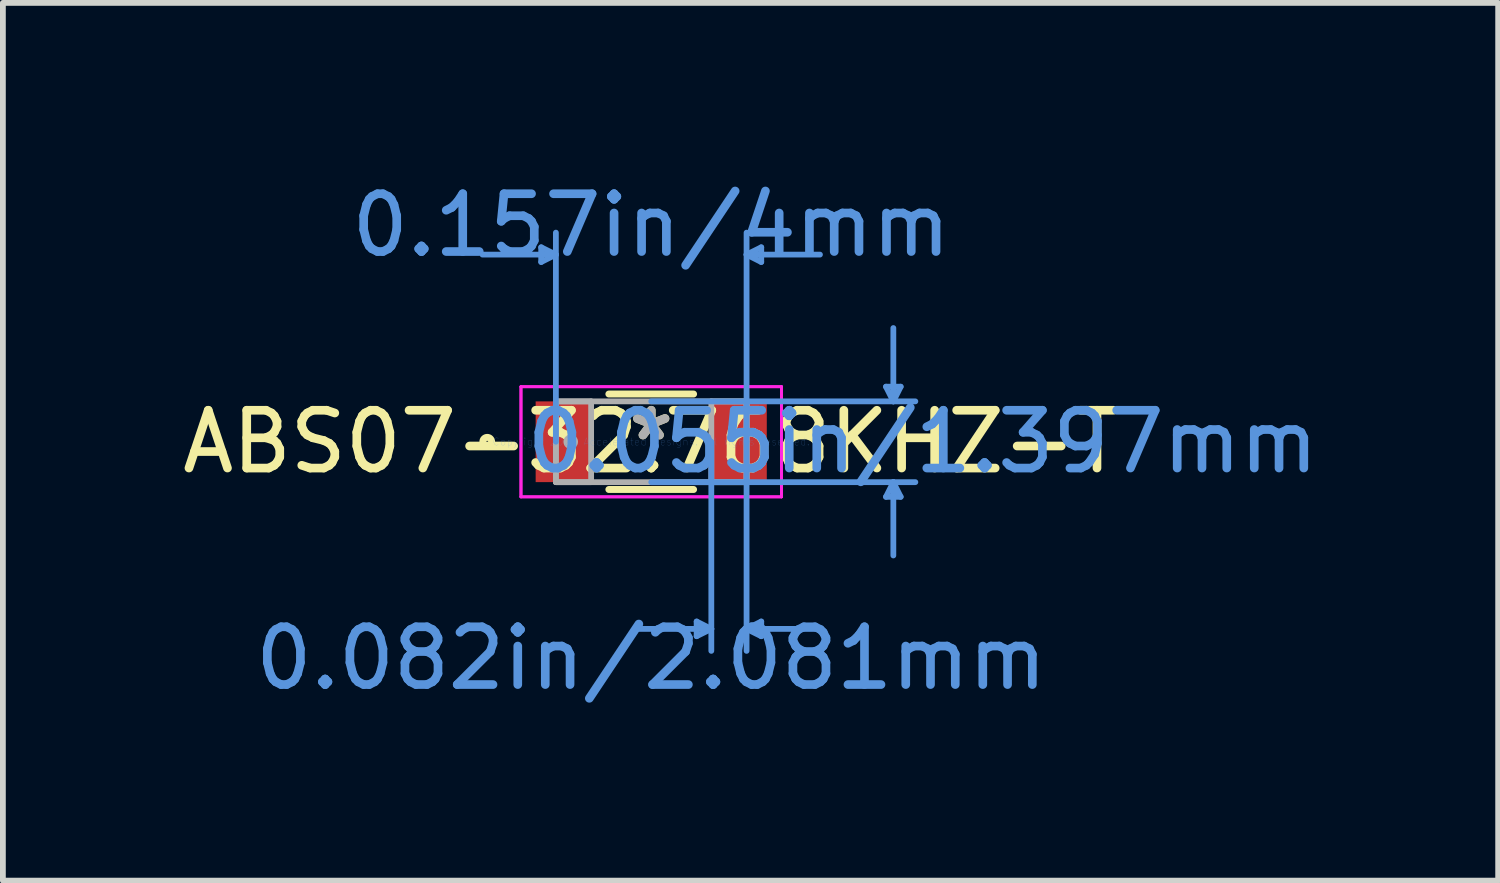
<source format=kicad_pcb>
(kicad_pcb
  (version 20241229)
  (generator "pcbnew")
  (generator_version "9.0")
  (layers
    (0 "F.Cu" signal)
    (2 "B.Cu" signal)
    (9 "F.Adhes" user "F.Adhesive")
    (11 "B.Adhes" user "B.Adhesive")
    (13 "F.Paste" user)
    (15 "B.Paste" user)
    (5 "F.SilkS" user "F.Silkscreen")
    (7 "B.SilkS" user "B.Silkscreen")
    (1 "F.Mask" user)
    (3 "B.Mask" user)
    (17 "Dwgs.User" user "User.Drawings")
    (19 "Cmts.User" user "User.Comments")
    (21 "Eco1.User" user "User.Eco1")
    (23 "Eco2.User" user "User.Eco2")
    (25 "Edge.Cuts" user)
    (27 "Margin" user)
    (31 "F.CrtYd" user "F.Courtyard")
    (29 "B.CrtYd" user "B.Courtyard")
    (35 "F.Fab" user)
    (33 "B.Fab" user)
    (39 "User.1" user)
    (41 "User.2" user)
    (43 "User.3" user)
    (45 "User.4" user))
  (footprint "ABS07-32.768KHZ-T"
    (layer "F.Cu")
    (at 8.22 4.595)
    (property "Reference" "ABS07-32.768KHZ-T" (at 0 0 0) (layer "F.SilkS") (effects (font (size 1 1) (thickness 0.15))))
    (attr through_hole)
    (fp_line (start -0.733 0.826) (end 0.733 0.826) (stroke (width 0.12) (type solid)) (layer "F.SilkS"))
    (fp_line (start 0.733 -0.826) (end -0.733 -0.826) (stroke (width 0.12) (type solid)) (layer "F.SilkS"))
    (fp_circle (center -2.838 0) (end -2.762 0) (stroke (width 0.12) (type solid)) (fill no) (layer "F.SilkS"))
    (fp_line (start -1.904 -3.365) (end -1.904 -3.111) (stroke (width 0.1) (type solid)) (layer "Cmts.User"))
    (fp_line (start -1.65 -3.239) (end -2.92 -3.239) (stroke (width 0.1) (type solid)) (layer "Cmts.User"))
    (fp_line (start -1.65 -3.239) (end -1.904 -3.365) (stroke (width 0.1) (type solid)) (layer "Cmts.User"))
    (fp_line (start -1.65 -3.239) (end -1.904 -3.111) (stroke (width 0.1) (type solid)) (layer "Cmts.User"))
    (fp_line (start -1.65 0) (end -1.65 -3.619) (stroke (width 0.1) (type solid)) (layer "Cmts.User"))
    (fp_line (start 0 -0.699) (end 4.571 -0.699) (stroke (width 0.1) (type solid)) (layer "Cmts.User"))
    (fp_line (start 0 0.699) (end 4.571 0.699) (stroke (width 0.1) (type solid)) (layer "Cmts.User"))
    (fp_line (start 0.786 3.111) (end 0.786 3.365) (stroke (width 0.1) (type solid)) (layer "Cmts.User"))
    (fp_line (start 1.04 0) (end 1.04 3.619) (stroke (width 0.1) (type solid)) (layer "Cmts.User"))
    (fp_line (start 1.04 3.239) (end -0.23 3.239) (stroke (width 0.1) (type solid)) (layer "Cmts.User"))
    (fp_line (start 1.04 3.239) (end 0.786 3.111) (stroke (width 0.1) (type solid)) (layer "Cmts.User"))
    (fp_line (start 1.04 3.239) (end 0.786 3.365) (stroke (width 0.1) (type solid)) (layer "Cmts.User"))
    (fp_line (start 1.65 -3.239) (end 1.904 -3.365) (stroke (width 0.1) (type solid)) (layer "Cmts.User"))
    (fp_line (start 1.65 -3.239) (end 1.904 -3.111) (stroke (width 0.1) (type solid)) (layer "Cmts.User"))
    (fp_line (start 1.65 -3.239) (end 2.92 -3.239) (stroke (width 0.1) (type solid)) (layer "Cmts.User"))
    (fp_line (start 1.65 0) (end 1.65 -3.619) (stroke (width 0.1) (type solid)) (layer "Cmts.User"))
    (fp_line (start 1.65 0) (end 1.65 3.619) (stroke (width 0.1) (type solid)) (layer "Cmts.User"))
    (fp_line (start 1.65 3.239) (end 1.904 3.111) (stroke (width 0.1) (type solid)) (layer "Cmts.User"))
    (fp_line (start 1.65 3.239) (end 1.904 3.365) (stroke (width 0.1) (type solid)) (layer "Cmts.User"))
    (fp_line (start 1.65 3.239) (end 2.92 3.239) (stroke (width 0.1) (type solid)) (layer "Cmts.User"))
    (fp_line (start 1.904 -3.365) (end 1.904 -3.111) (stroke (width 0.1) (type solid)) (layer "Cmts.User"))
    (fp_line (start 1.904 3.111) (end 1.904 3.365) (stroke (width 0.1) (type solid)) (layer "Cmts.User"))
    (fp_line (start 4.063 -0.953) (end 4.317 -0.953) (stroke (width 0.1) (type solid)) (layer "Cmts.User"))
    (fp_line (start 4.063 0.953) (end 4.317 0.953) (stroke (width 0.1) (type solid)) (layer "Cmts.User"))
    (fp_line (start 4.19 -0.699) (end 4.063 -0.953) (stroke (width 0.1) (type solid)) (layer "Cmts.User"))
    (fp_line (start 4.19 -0.699) (end 4.19 -1.968) (stroke (width 0.1) (type solid)) (layer "Cmts.User"))
    (fp_line (start 4.19 -0.699) (end 4.317 -0.953) (stroke (width 0.1) (type solid)) (layer "Cmts.User"))
    (fp_line (start 4.19 0.699) (end 4.063 0.953) (stroke (width 0.1) (type solid)) (layer "Cmts.User"))
    (fp_line (start 4.19 0.699) (end 4.19 1.968) (stroke (width 0.1) (type solid)) (layer "Cmts.User"))
    (fp_line (start 4.19 0.699) (end 4.317 0.953) (stroke (width 0.1) (type solid)) (layer "Cmts.User"))
    (fp_line (start -2.254 -0.953) (end 2.254 -0.953) (stroke (width 0.05) (type solid)) (layer "F.CrtYd"))
    (fp_line (start -2.254 -0.953) (end 2.254 -0.953) (stroke (width 0.05) (type solid)) (layer "F.CrtYd"))
    (fp_line (start -2.254 0.953) (end -2.254 -0.953) (stroke (width 0.05) (type solid)) (layer "F.CrtYd"))
    (fp_line (start -2.254 0.953) (end -2.254 -0.953) (stroke (width 0.05) (type solid)) (layer "F.CrtYd"))
    (fp_line (start 2.254 -0.953) (end 2.254 0.953) (stroke (width 0.05) (type solid)) (layer "F.CrtYd"))
    (fp_line (start 2.254 -0.953) (end 2.254 0.953) (stroke (width 0.05) (type solid)) (layer "F.CrtYd"))
    (fp_line (start 2.254 0.953) (end -2.254 0.953) (stroke (width 0.05) (type solid)) (layer "F.CrtYd"))
    (fp_line (start 2.254 0.953) (end -2.254 0.953) (stroke (width 0.05) (type solid)) (layer "F.CrtYd"))
    (fp_line (start -1.65 -0.699) (end -1.65 0.699) (stroke (width 0.1) (type solid)) (layer "F.Fab"))
    (fp_line (start -1.65 -0.699) (end -1.65 0.699) (stroke (width 0.1) (type solid)) (layer "F.Fab"))
    (fp_line (start -1.65 0.699) (end -1.04 0.699) (stroke (width 0.1) (type solid)) (layer "F.Fab"))
    (fp_line (start -1.65 0.699) (end 1.65 0.699) (stroke (width 0.1) (type solid)) (layer "F.Fab"))
    (fp_line (start -1.04 -0.699) (end -1.65 -0.699) (stroke (width 0.1) (type solid)) (layer "F.Fab"))
    (fp_line (start -1.04 0.699) (end -1.04 -0.699) (stroke (width 0.1) (type solid)) (layer "F.Fab"))
    (fp_line (start 1.04 -0.699) (end 1.04 0.699) (stroke (width 0.1) (type solid)) (layer "F.Fab"))
    (fp_line (start 1.04 0.699) (end 1.65 0.699) (stroke (width 0.1) (type solid)) (layer "F.Fab"))
    (fp_line (start 1.65 -0.699) (end -1.65 -0.699) (stroke (width 0.1) (type solid)) (layer "F.Fab"))
    (fp_line (start 1.65 -0.699) (end 1.04 -0.699) (stroke (width 0.1) (type solid)) (layer "F.Fab"))
    (fp_line (start 1.65 0.699) (end 1.65 -0.699) (stroke (width 0.1) (type solid)) (layer "F.Fab"))
    (fp_line (start 1.65 0.699) (end 1.65 -0.699) (stroke (width 0.1) (type solid)) (layer "F.Fab"))
    (fp_circle (center -1.393 0) (end -1.317 0) (stroke (width 0.1) (type solid)) (fill no) (layer "F.Fab"))
    (fp_text user "*" (at 0 0 0) (layer "F.SilkS") (effects (font (size 1 1) (thickness 0.15))))
    (fp_text user "0.157in/4mm" (at 0 -3.747 0) (layer "Cmts.User") (effects (font (size 1 1) (thickness 0.15))))
    (fp_text user "Copyright 2021 Accelerated Designs. All rights reserved." (at 0 0 0) (layer "Cmts.User") (effects (font (size 0.127 0.127) (thickness 0.002))))
    (fp_text user "0.082in/2.081mm" (at 0 3.747 0) (layer "Cmts.User") (effects (font (size 1 1) (thickness 0.15))))
    (fp_text user "0.055in/1.397mm" (at 4.698 0 0) (layer "Cmts.User") (effects (font (size 1 1) (thickness 0.15))))
    (fp_text user "*" (at 0 0 0) (layer "F.Fab") (effects (font (size 1 1) (thickness 0.15))))
    (pad "1" smd rect (at -1.52 0) (size 0.96 1.397) (layers "F.Cu" "F.Mask" "F.Paste"))
    (pad "2" smd rect (at 1.52 0) (size 0.96 1.397) (layers "F.Cu" "F.Mask" "F.Paste")))
  (gr_rect
    (start -3 -3)
    (end 22.877 12.19)
    (stroke (width 0.1) (type default))
    (fill no)
    (layer "Edge.Cuts")))
</source>
